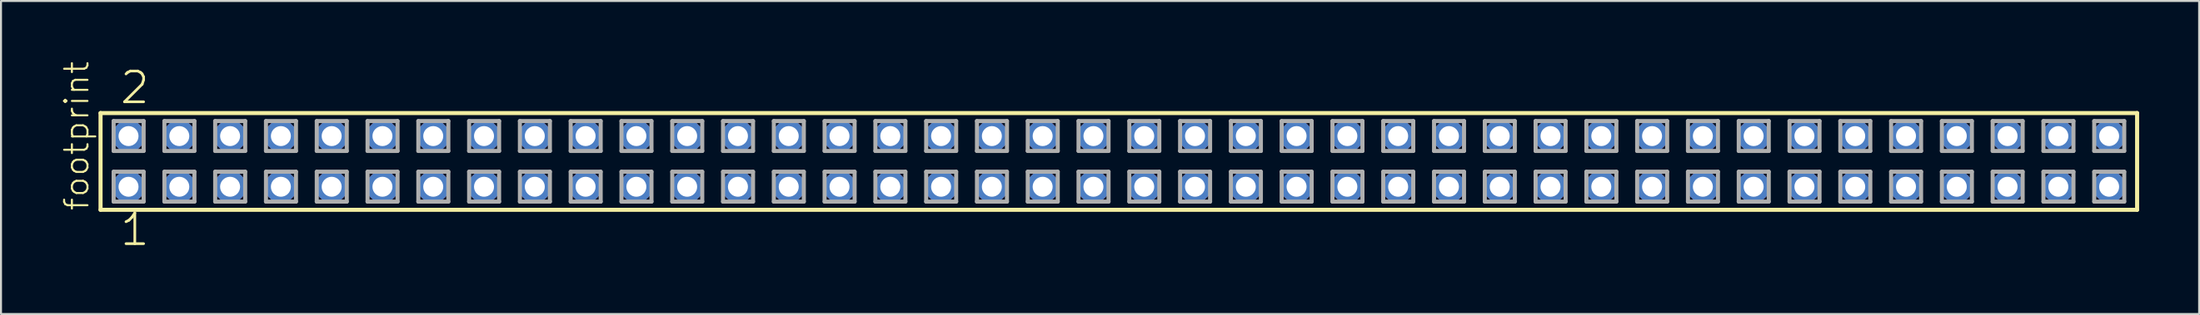
<source format=kicad_pcb>
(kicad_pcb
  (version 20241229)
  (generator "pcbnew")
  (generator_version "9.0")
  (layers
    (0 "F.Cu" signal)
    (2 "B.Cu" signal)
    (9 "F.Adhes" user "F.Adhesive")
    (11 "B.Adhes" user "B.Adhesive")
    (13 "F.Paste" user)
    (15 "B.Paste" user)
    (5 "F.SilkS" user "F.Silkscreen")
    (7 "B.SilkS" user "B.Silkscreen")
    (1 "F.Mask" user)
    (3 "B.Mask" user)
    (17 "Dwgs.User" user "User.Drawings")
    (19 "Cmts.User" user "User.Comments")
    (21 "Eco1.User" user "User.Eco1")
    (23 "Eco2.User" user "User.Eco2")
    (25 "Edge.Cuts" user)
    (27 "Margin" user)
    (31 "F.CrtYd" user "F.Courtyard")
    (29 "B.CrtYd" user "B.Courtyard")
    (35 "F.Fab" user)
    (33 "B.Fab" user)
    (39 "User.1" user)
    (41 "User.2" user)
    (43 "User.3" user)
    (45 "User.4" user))
  (footprint "footprint"
    (layer "F.Cu")
    (at 52.908 5.042)
    (property "Reference" "footprint" (at -51.435 2.54 90) (layer "F.SilkS") (effects (font (size 1.168 1.168) (thickness 0.102)) (justify left bottom)))
    (fp_line (start -50.929 -2.425) (end 50.929 -2.425) (stroke (width 0.203) (type solid)) (layer "F.SilkS"))
    (fp_line (start -50.929 2.425) (end -50.929 -2.425) (stroke (width 0.203) (type solid)) (layer "F.SilkS"))
    (fp_line (start 50.929 -2.425) (end 50.929 2.425) (stroke (width 0.203) (type solid)) (layer "F.SilkS"))
    (fp_line (start 50.929 2.425) (end -50.929 2.425) (stroke (width 0.203) (type solid)) (layer "F.SilkS"))
    (fp_line (start -50.275 -2.025) (end -48.775 -2.025) (stroke (width 0.203) (type solid)) (layer "F.Fab"))
    (fp_line (start -50.275 -0.525) (end -50.275 -2.025) (stroke (width 0.203) (type solid)) (layer "F.Fab"))
    (fp_line (start -50.275 0.515) (end -48.775 0.515) (stroke (width 0.203) (type solid)) (layer "F.Fab"))
    (fp_line (start -50.275 2.015) (end -50.275 0.515) (stroke (width 0.203) (type solid)) (layer "F.Fab"))
    (fp_line (start -48.775 -2.025) (end -48.775 -0.525) (stroke (width 0.203) (type solid)) (layer "F.Fab"))
    (fp_line (start -48.775 -0.525) (end -50.275 -0.525) (stroke (width 0.203) (type solid)) (layer "F.Fab"))
    (fp_line (start -48.775 0.515) (end -48.775 2.015) (stroke (width 0.203) (type solid)) (layer "F.Fab"))
    (fp_line (start -48.775 2.015) (end -50.275 2.015) (stroke (width 0.203) (type solid)) (layer "F.Fab"))
    (fp_line (start -47.735 -2.025) (end -46.235 -2.025) (stroke (width 0.203) (type solid)) (layer "F.Fab"))
    (fp_line (start -47.735 -0.525) (end -47.735 -2.025) (stroke (width 0.203) (type solid)) (layer "F.Fab"))
    (fp_line (start -47.735 0.515) (end -46.235 0.515) (stroke (width 0.203) (type solid)) (layer "F.Fab"))
    (fp_line (start -47.735 2.015) (end -47.735 0.515) (stroke (width 0.203) (type solid)) (layer "F.Fab"))
    (fp_line (start -46.235 -2.025) (end -46.235 -0.525) (stroke (width 0.203) (type solid)) (layer "F.Fab"))
    (fp_line (start -46.235 -0.525) (end -47.735 -0.525) (stroke (width 0.203) (type solid)) (layer "F.Fab"))
    (fp_line (start -46.235 0.515) (end -46.235 2.015) (stroke (width 0.203) (type solid)) (layer "F.Fab"))
    (fp_line (start -46.235 2.015) (end -47.735 2.015) (stroke (width 0.203) (type solid)) (layer "F.Fab"))
    (fp_line (start -45.195 -2.025) (end -43.695 -2.025) (stroke (width 0.203) (type solid)) (layer "F.Fab"))
    (fp_line (start -45.195 -0.525) (end -45.195 -2.025) (stroke (width 0.203) (type solid)) (layer "F.Fab"))
    (fp_line (start -45.195 0.515) (end -43.695 0.515) (stroke (width 0.203) (type solid)) (layer "F.Fab"))
    (fp_line (start -45.195 2.015) (end -45.195 0.515) (stroke (width 0.203) (type solid)) (layer "F.Fab"))
    (fp_line (start -43.695 -2.025) (end -43.695 -0.525) (stroke (width 0.203) (type solid)) (layer "F.Fab"))
    (fp_line (start -43.695 -0.525) (end -45.195 -0.525) (stroke (width 0.203) (type solid)) (layer "F.Fab"))
    (fp_line (start -43.695 0.515) (end -43.695 2.015) (stroke (width 0.203) (type solid)) (layer "F.Fab"))
    (fp_line (start -43.695 2.015) (end -45.195 2.015) (stroke (width 0.203) (type solid)) (layer "F.Fab"))
    (fp_line (start -42.655 -2.025) (end -41.155 -2.025) (stroke (width 0.203) (type solid)) (layer "F.Fab"))
    (fp_line (start -42.655 -0.525) (end -42.655 -2.025) (stroke (width 0.203) (type solid)) (layer "F.Fab"))
    (fp_line (start -42.655 0.515) (end -41.155 0.515) (stroke (width 0.203) (type solid)) (layer "F.Fab"))
    (fp_line (start -42.655 2.015) (end -42.655 0.515) (stroke (width 0.203) (type solid)) (layer "F.Fab"))
    (fp_line (start -41.155 -2.025) (end -41.155 -0.525) (stroke (width 0.203) (type solid)) (layer "F.Fab"))
    (fp_line (start -41.155 -0.525) (end -42.655 -0.525) (stroke (width 0.203) (type solid)) (layer "F.Fab"))
    (fp_line (start -41.155 0.515) (end -41.155 2.015) (stroke (width 0.203) (type solid)) (layer "F.Fab"))
    (fp_line (start -41.155 2.015) (end -42.655 2.015) (stroke (width 0.203) (type solid)) (layer "F.Fab"))
    (fp_line (start -40.115 -2.025) (end -38.615 -2.025) (stroke (width 0.203) (type solid)) (layer "F.Fab"))
    (fp_line (start -40.115 -0.525) (end -40.115 -2.025) (stroke (width 0.203) (type solid)) (layer "F.Fab"))
    (fp_line (start -40.115 0.515) (end -38.615 0.515) (stroke (width 0.203) (type solid)) (layer "F.Fab"))
    (fp_line (start -40.115 2.015) (end -40.115 0.515) (stroke (width 0.203) (type solid)) (layer "F.Fab"))
    (fp_line (start -38.615 -2.025) (end -38.615 -0.525) (stroke (width 0.203) (type solid)) (layer "F.Fab"))
    (fp_line (start -38.615 -0.525) (end -40.115 -0.525) (stroke (width 0.203) (type solid)) (layer "F.Fab"))
    (fp_line (start -38.615 0.515) (end -38.615 2.015) (stroke (width 0.203) (type solid)) (layer "F.Fab"))
    (fp_line (start -38.615 2.015) (end -40.115 2.015) (stroke (width 0.203) (type solid)) (layer "F.Fab"))
    (fp_line (start -37.575 -2.025) (end -36.075 -2.025) (stroke (width 0.203) (type solid)) (layer "F.Fab"))
    (fp_line (start -37.575 -0.525) (end -37.575 -2.025) (stroke (width 0.203) (type solid)) (layer "F.Fab"))
    (fp_line (start -37.575 0.515) (end -36.075 0.515) (stroke (width 0.203) (type solid)) (layer "F.Fab"))
    (fp_line (start -37.575 2.015) (end -37.575 0.515) (stroke (width 0.203) (type solid)) (layer "F.Fab"))
    (fp_line (start -36.075 -2.025) (end -36.075 -0.525) (stroke (width 0.203) (type solid)) (layer "F.Fab"))
    (fp_line (start -36.075 -0.525) (end -37.575 -0.525) (stroke (width 0.203) (type solid)) (layer "F.Fab"))
    (fp_line (start -36.075 0.515) (end -36.075 2.015) (stroke (width 0.203) (type solid)) (layer "F.Fab"))
    (fp_line (start -36.075 2.015) (end -37.575 2.015) (stroke (width 0.203) (type solid)) (layer "F.Fab"))
    (fp_line (start -35.035 -2.025) (end -33.535 -2.025) (stroke (width 0.203) (type solid)) (layer "F.Fab"))
    (fp_line (start -35.035 -0.525) (end -35.035 -2.025) (stroke (width 0.203) (type solid)) (layer "F.Fab"))
    (fp_line (start -35.035 0.515) (end -33.535 0.515) (stroke (width 0.203) (type solid)) (layer "F.Fab"))
    (fp_line (start -35.035 2.015) (end -35.035 0.515) (stroke (width 0.203) (type solid)) (layer "F.Fab"))
    (fp_line (start -33.535 -2.025) (end -33.535 -0.525) (stroke (width 0.203) (type solid)) (layer "F.Fab"))
    (fp_line (start -33.535 -0.525) (end -35.035 -0.525) (stroke (width 0.203) (type solid)) (layer "F.Fab"))
    (fp_line (start -33.535 0.515) (end -33.535 2.015) (stroke (width 0.203) (type solid)) (layer "F.Fab"))
    (fp_line (start -33.535 2.015) (end -35.035 2.015) (stroke (width 0.203) (type solid)) (layer "F.Fab"))
    (fp_line (start -32.495 -2.025) (end -30.995 -2.025) (stroke (width 0.203) (type solid)) (layer "F.Fab"))
    (fp_line (start -32.495 -0.525) (end -32.495 -2.025) (stroke (width 0.203) (type solid)) (layer "F.Fab"))
    (fp_line (start -32.495 0.515) (end -30.995 0.515) (stroke (width 0.203) (type solid)) (layer "F.Fab"))
    (fp_line (start -32.495 2.015) (end -32.495 0.515) (stroke (width 0.203) (type solid)) (layer "F.Fab"))
    (fp_line (start -30.995 -2.025) (end -30.995 -0.525) (stroke (width 0.203) (type solid)) (layer "F.Fab"))
    (fp_line (start -30.995 -0.525) (end -32.495 -0.525) (stroke (width 0.203) (type solid)) (layer "F.Fab"))
    (fp_line (start -30.995 0.515) (end -30.995 2.015) (stroke (width 0.203) (type solid)) (layer "F.Fab"))
    (fp_line (start -30.995 2.015) (end -32.495 2.015) (stroke (width 0.203) (type solid)) (layer "F.Fab"))
    (fp_line (start -29.955 -2.025) (end -28.455 -2.025) (stroke (width 0.203) (type solid)) (layer "F.Fab"))
    (fp_line (start -29.955 -0.525) (end -29.955 -2.025) (stroke (width 0.203) (type solid)) (layer "F.Fab"))
    (fp_line (start -29.955 0.515) (end -28.455 0.515) (stroke (width 0.203) (type solid)) (layer "F.Fab"))
    (fp_line (start -29.955 2.015) (end -29.955 0.515) (stroke (width 0.203) (type solid)) (layer "F.Fab"))
    (fp_line (start -28.455 -2.025) (end -28.455 -0.525) (stroke (width 0.203) (type solid)) (layer "F.Fab"))
    (fp_line (start -28.455 -0.525) (end -29.955 -0.525) (stroke (width 0.203) (type solid)) (layer "F.Fab"))
    (fp_line (start -28.455 0.515) (end -28.455 2.015) (stroke (width 0.203) (type solid)) (layer "F.Fab"))
    (fp_line (start -28.455 2.015) (end -29.955 2.015) (stroke (width 0.203) (type solid)) (layer "F.Fab"))
    (fp_line (start -27.415 -2.025) (end -25.915 -2.025) (stroke (width 0.203) (type solid)) (layer "F.Fab"))
    (fp_line (start -27.415 -0.525) (end -27.415 -2.025) (stroke (width 0.203) (type solid)) (layer "F.Fab"))
    (fp_line (start -27.415 0.515) (end -25.915 0.515) (stroke (width 0.203) (type solid)) (layer "F.Fab"))
    (fp_line (start -27.415 2.015) (end -27.415 0.515) (stroke (width 0.203) (type solid)) (layer "F.Fab"))
    (fp_line (start -25.915 -2.025) (end -25.915 -0.525) (stroke (width 0.203) (type solid)) (layer "F.Fab"))
    (fp_line (start -25.915 -0.525) (end -27.415 -0.525) (stroke (width 0.203) (type solid)) (layer "F.Fab"))
    (fp_line (start -25.915 0.515) (end -25.915 2.015) (stroke (width 0.203) (type solid)) (layer "F.Fab"))
    (fp_line (start -25.915 2.015) (end -27.415 2.015) (stroke (width 0.203) (type solid)) (layer "F.Fab"))
    (fp_line (start -24.875 -2.025) (end -23.375 -2.025) (stroke (width 0.203) (type solid)) (layer "F.Fab"))
    (fp_line (start -24.875 -0.525) (end -24.875 -2.025) (stroke (width 0.203) (type solid)) (layer "F.Fab"))
    (fp_line (start -24.875 0.515) (end -23.375 0.515) (stroke (width 0.203) (type solid)) (layer "F.Fab"))
    (fp_line (start -24.875 2.015) (end -24.875 0.515) (stroke (width 0.203) (type solid)) (layer "F.Fab"))
    (fp_line (start -23.375 -2.025) (end -23.375 -0.525) (stroke (width 0.203) (type solid)) (layer "F.Fab"))
    (fp_line (start -23.375 -0.525) (end -24.875 -0.525) (stroke (width 0.203) (type solid)) (layer "F.Fab"))
    (fp_line (start -23.375 0.515) (end -23.375 2.015) (stroke (width 0.203) (type solid)) (layer "F.Fab"))
    (fp_line (start -23.375 2.015) (end -24.875 2.015) (stroke (width 0.203) (type solid)) (layer "F.Fab"))
    (fp_line (start -22.335 -2.025) (end -20.835 -2.025) (stroke (width 0.203) (type solid)) (layer "F.Fab"))
    (fp_line (start -22.335 -0.525) (end -22.335 -2.025) (stroke (width 0.203) (type solid)) (layer "F.Fab"))
    (fp_line (start -22.335 0.515) (end -20.835 0.515) (stroke (width 0.203) (type solid)) (layer "F.Fab"))
    (fp_line (start -22.335 2.015) (end -22.335 0.515) (stroke (width 0.203) (type solid)) (layer "F.Fab"))
    (fp_line (start -20.835 -2.025) (end -20.835 -0.525) (stroke (width 0.203) (type solid)) (layer "F.Fab"))
    (fp_line (start -20.835 -0.525) (end -22.335 -0.525) (stroke (width 0.203) (type solid)) (layer "F.Fab"))
    (fp_line (start -20.835 0.515) (end -20.835 2.015) (stroke (width 0.203) (type solid)) (layer "F.Fab"))
    (fp_line (start -20.835 2.015) (end -22.335 2.015) (stroke (width 0.203) (type solid)) (layer "F.Fab"))
    (fp_line (start -19.795 -2.025) (end -18.295 -2.025) (stroke (width 0.203) (type solid)) (layer "F.Fab"))
    (fp_line (start -19.795 -0.525) (end -19.795 -2.025) (stroke (width 0.203) (type solid)) (layer "F.Fab"))
    (fp_line (start -19.795 0.515) (end -18.295 0.515) (stroke (width 0.203) (type solid)) (layer "F.Fab"))
    (fp_line (start -19.795 2.015) (end -19.795 0.515) (stroke (width 0.203) (type solid)) (layer "F.Fab"))
    (fp_line (start -18.295 -2.025) (end -18.295 -0.525) (stroke (width 0.203) (type solid)) (layer "F.Fab"))
    (fp_line (start -18.295 -0.525) (end -19.795 -0.525) (stroke (width 0.203) (type solid)) (layer "F.Fab"))
    (fp_line (start -18.295 0.515) (end -18.295 2.015) (stroke (width 0.203) (type solid)) (layer "F.Fab"))
    (fp_line (start -18.295 2.015) (end -19.795 2.015) (stroke (width 0.203) (type solid)) (layer "F.Fab"))
    (fp_line (start -17.255 -2.025) (end -15.755 -2.025) (stroke (width 0.203) (type solid)) (layer "F.Fab"))
    (fp_line (start -17.255 -0.525) (end -17.255 -2.025) (stroke (width 0.203) (type solid)) (layer "F.Fab"))
    (fp_line (start -17.255 0.515) (end -15.755 0.515) (stroke (width 0.203) (type solid)) (layer "F.Fab"))
    (fp_line (start -17.255 2.015) (end -17.255 0.515) (stroke (width 0.203) (type solid)) (layer "F.Fab"))
    (fp_line (start -15.755 -2.025) (end -15.755 -0.525) (stroke (width 0.203) (type solid)) (layer "F.Fab"))
    (fp_line (start -15.755 -0.525) (end -17.255 -0.525) (stroke (width 0.203) (type solid)) (layer "F.Fab"))
    (fp_line (start -15.755 0.515) (end -15.755 2.015) (stroke (width 0.203) (type solid)) (layer "F.Fab"))
    (fp_line (start -15.755 2.015) (end -17.255 2.015) (stroke (width 0.203) (type solid)) (layer "F.Fab"))
    (fp_line (start -14.715 -2.025) (end -13.215 -2.025) (stroke (width 0.203) (type solid)) (layer "F.Fab"))
    (fp_line (start -14.715 -0.525) (end -14.715 -2.025) (stroke (width 0.203) (type solid)) (layer "F.Fab"))
    (fp_line (start -14.715 0.515) (end -13.215 0.515) (stroke (width 0.203) (type solid)) (layer "F.Fab"))
    (fp_line (start -14.715 2.015) (end -14.715 0.515) (stroke (width 0.203) (type solid)) (layer "F.Fab"))
    (fp_line (start -13.215 -2.025) (end -13.215 -0.525) (stroke (width 0.203) (type solid)) (layer "F.Fab"))
    (fp_line (start -13.215 -0.525) (end -14.715 -0.525) (stroke (width 0.203) (type solid)) (layer "F.Fab"))
    (fp_line (start -13.215 0.515) (end -13.215 2.015) (stroke (width 0.203) (type solid)) (layer "F.Fab"))
    (fp_line (start -13.215 2.015) (end -14.715 2.015) (stroke (width 0.203) (type solid)) (layer "F.Fab"))
    (fp_line (start -12.175 -2.025) (end -10.675 -2.025) (stroke (width 0.203) (type solid)) (layer "F.Fab"))
    (fp_line (start -12.175 -0.525) (end -12.175 -2.025) (stroke (width 0.203) (type solid)) (layer "F.Fab"))
    (fp_line (start -12.175 0.515) (end -10.675 0.515) (stroke (width 0.203) (type solid)) (layer "F.Fab"))
    (fp_line (start -12.175 2.015) (end -12.175 0.515) (stroke (width 0.203) (type solid)) (layer "F.Fab"))
    (fp_line (start -10.675 -2.025) (end -10.675 -0.525) (stroke (width 0.203) (type solid)) (layer "F.Fab"))
    (fp_line (start -10.675 -0.525) (end -12.175 -0.525) (stroke (width 0.203) (type solid)) (layer "F.Fab"))
    (fp_line (start -10.675 0.515) (end -10.675 2.015) (stroke (width 0.203) (type solid)) (layer "F.Fab"))
    (fp_line (start -10.675 2.015) (end -12.175 2.015) (stroke (width 0.203) (type solid)) (layer "F.Fab"))
    (fp_line (start -9.635 -2.025) (end -8.135 -2.025) (stroke (width 0.203) (type solid)) (layer "F.Fab"))
    (fp_line (start -9.635 -0.525) (end -9.635 -2.025) (stroke (width 0.203) (type solid)) (layer "F.Fab"))
    (fp_line (start -9.635 0.515) (end -8.135 0.515) (stroke (width 0.203) (type solid)) (layer "F.Fab"))
    (fp_line (start -9.635 2.015) (end -9.635 0.515) (stroke (width 0.203) (type solid)) (layer "F.Fab"))
    (fp_line (start -8.135 -2.025) (end -8.135 -0.525) (stroke (width 0.203) (type solid)) (layer "F.Fab"))
    (fp_line (start -8.135 -0.525) (end -9.635 -0.525) (stroke (width 0.203) (type solid)) (layer "F.Fab"))
    (fp_line (start -8.135 0.515) (end -8.135 2.015) (stroke (width 0.203) (type solid)) (layer "F.Fab"))
    (fp_line (start -8.135 2.015) (end -9.635 2.015) (stroke (width 0.203) (type solid)) (layer "F.Fab"))
    (fp_line (start -7.095 -2.025) (end -5.595 -2.025) (stroke (width 0.203) (type solid)) (layer "F.Fab"))
    (fp_line (start -7.095 -0.525) (end -7.095 -2.025) (stroke (width 0.203) (type solid)) (layer "F.Fab"))
    (fp_line (start -7.095 0.515) (end -5.595 0.515) (stroke (width 0.203) (type solid)) (layer "F.Fab"))
    (fp_line (start -7.095 2.015) (end -7.095 0.515) (stroke (width 0.203) (type solid)) (layer "F.Fab"))
    (fp_line (start -5.595 -2.025) (end -5.595 -0.525) (stroke (width 0.203) (type solid)) (layer "F.Fab"))
    (fp_line (start -5.595 -0.525) (end -7.095 -0.525) (stroke (width 0.203) (type solid)) (layer "F.Fab"))
    (fp_line (start -5.595 0.515) (end -5.595 2.015) (stroke (width 0.203) (type solid)) (layer "F.Fab"))
    (fp_line (start -5.595 2.015) (end -7.095 2.015) (stroke (width 0.203) (type solid)) (layer "F.Fab"))
    (fp_line (start -4.555 -2.025) (end -3.055 -2.025) (stroke (width 0.203) (type solid)) (layer "F.Fab"))
    (fp_line (start -4.555 -0.525) (end -4.555 -2.025) (stroke (width 0.203) (type solid)) (layer "F.Fab"))
    (fp_line (start -4.555 0.515) (end -3.055 0.515) (stroke (width 0.203) (type solid)) (layer "F.Fab"))
    (fp_line (start -4.555 2.015) (end -4.555 0.515) (stroke (width 0.203) (type solid)) (layer "F.Fab"))
    (fp_line (start -3.055 -2.025) (end -3.055 -0.525) (stroke (width 0.203) (type solid)) (layer "F.Fab"))
    (fp_line (start -3.055 -0.525) (end -4.555 -0.525) (stroke (width 0.203) (type solid)) (layer "F.Fab"))
    (fp_line (start -3.055 0.515) (end -3.055 2.015) (stroke (width 0.203) (type solid)) (layer "F.Fab"))
    (fp_line (start -3.055 2.015) (end -4.555 2.015) (stroke (width 0.203) (type solid)) (layer "F.Fab"))
    (fp_line (start -2.015 -2.025) (end -0.515 -2.025) (stroke (width 0.203) (type solid)) (layer "F.Fab"))
    (fp_line (start -2.015 -0.525) (end -2.015 -2.025) (stroke (width 0.203) (type solid)) (layer "F.Fab"))
    (fp_line (start -2.015 0.515) (end -0.515 0.515) (stroke (width 0.203) (type solid)) (layer "F.Fab"))
    (fp_line (start -2.015 2.015) (end -2.015 0.515) (stroke (width 0.203) (type solid)) (layer "F.Fab"))
    (fp_line (start -0.515 -2.025) (end -0.515 -0.525) (stroke (width 0.203) (type solid)) (layer "F.Fab"))
    (fp_line (start -0.515 -0.525) (end -2.015 -0.525) (stroke (width 0.203) (type solid)) (layer "F.Fab"))
    (fp_line (start -0.515 0.515) (end -0.515 2.015) (stroke (width 0.203) (type solid)) (layer "F.Fab"))
    (fp_line (start -0.515 2.015) (end -2.015 2.015) (stroke (width 0.203) (type solid)) (layer "F.Fab"))
    (fp_line (start 0.525 -2.025) (end 2.025 -2.025) (stroke (width 0.203) (type solid)) (layer "F.Fab"))
    (fp_line (start 0.525 -0.525) (end 0.525 -2.025) (stroke (width 0.203) (type solid)) (layer "F.Fab"))
    (fp_line (start 0.525 0.515) (end 2.025 0.515) (stroke (width 0.203) (type solid)) (layer "F.Fab"))
    (fp_line (start 0.525 2.015) (end 0.525 0.515) (stroke (width 0.203) (type solid)) (layer "F.Fab"))
    (fp_line (start 2.025 -2.025) (end 2.025 -0.525) (stroke (width 0.203) (type solid)) (layer "F.Fab"))
    (fp_line (start 2.025 -0.525) (end 0.525 -0.525) (stroke (width 0.203) (type solid)) (layer "F.Fab"))
    (fp_line (start 2.025 0.515) (end 2.025 2.015) (stroke (width 0.203) (type solid)) (layer "F.Fab"))
    (fp_line (start 2.025 2.015) (end 0.525 2.015) (stroke (width 0.203) (type solid)) (layer "F.Fab"))
    (fp_line (start 3.065 -2.025) (end 4.565 -2.025) (stroke (width 0.203) (type solid)) (layer "F.Fab"))
    (fp_line (start 3.065 -0.525) (end 3.065 -2.025) (stroke (width 0.203) (type solid)) (layer "F.Fab"))
    (fp_line (start 3.065 0.515) (end 4.565 0.515) (stroke (width 0.203) (type solid)) (layer "F.Fab"))
    (fp_line (start 3.065 2.015) (end 3.065 0.515) (stroke (width 0.203) (type solid)) (layer "F.Fab"))
    (fp_line (start 4.565 -2.025) (end 4.565 -0.525) (stroke (width 0.203) (type solid)) (layer "F.Fab"))
    (fp_line (start 4.565 -0.525) (end 3.065 -0.525) (stroke (width 0.203) (type solid)) (layer "F.Fab"))
    (fp_line (start 4.565 0.515) (end 4.565 2.015) (stroke (width 0.203) (type solid)) (layer "F.Fab"))
    (fp_line (start 4.565 2.015) (end 3.065 2.015) (stroke (width 0.203) (type solid)) (layer "F.Fab"))
    (fp_line (start 5.605 -2.025) (end 7.105 -2.025) (stroke (width 0.203) (type solid)) (layer "F.Fab"))
    (fp_line (start 5.605 -0.525) (end 5.605 -2.025) (stroke (width 0.203) (type solid)) (layer "F.Fab"))
    (fp_line (start 5.605 0.515) (end 7.105 0.515) (stroke (width 0.203) (type solid)) (layer "F.Fab"))
    (fp_line (start 5.605 2.015) (end 5.605 0.515) (stroke (width 0.203) (type solid)) (layer "F.Fab"))
    (fp_line (start 7.105 -2.025) (end 7.105 -0.525) (stroke (width 0.203) (type solid)) (layer "F.Fab"))
    (fp_line (start 7.105 -0.525) (end 5.605 -0.525) (stroke (width 0.203) (type solid)) (layer "F.Fab"))
    (fp_line (start 7.105 0.515) (end 7.105 2.015) (stroke (width 0.203) (type solid)) (layer "F.Fab"))
    (fp_line (start 7.105 2.015) (end 5.605 2.015) (stroke (width 0.203) (type solid)) (layer "F.Fab"))
    (fp_line (start 8.145 -2.025) (end 9.645 -2.025) (stroke (width 0.203) (type solid)) (layer "F.Fab"))
    (fp_line (start 8.145 -0.525) (end 8.145 -2.025) (stroke (width 0.203) (type solid)) (layer "F.Fab"))
    (fp_line (start 8.145 0.515) (end 9.645 0.515) (stroke (width 0.203) (type solid)) (layer "F.Fab"))
    (fp_line (start 8.145 2.015) (end 8.145 0.515) (stroke (width 0.203) (type solid)) (layer "F.Fab"))
    (fp_line (start 9.645 -2.025) (end 9.645 -0.525) (stroke (width 0.203) (type solid)) (layer "F.Fab"))
    (fp_line (start 9.645 -0.525) (end 8.145 -0.525) (stroke (width 0.203) (type solid)) (layer "F.Fab"))
    (fp_line (start 9.645 0.515) (end 9.645 2.015) (stroke (width 0.203) (type solid)) (layer "F.Fab"))
    (fp_line (start 9.645 2.015) (end 8.145 2.015) (stroke (width 0.203) (type solid)) (layer "F.Fab"))
    (fp_line (start 10.685 -2.025) (end 12.185 -2.025) (stroke (width 0.203) (type solid)) (layer "F.Fab"))
    (fp_line (start 10.685 -0.525) (end 10.685 -2.025) (stroke (width 0.203) (type solid)) (layer "F.Fab"))
    (fp_line (start 10.685 0.515) (end 12.185 0.515) (stroke (width 0.203) (type solid)) (layer "F.Fab"))
    (fp_line (start 10.685 2.015) (end 10.685 0.515) (stroke (width 0.203) (type solid)) (layer "F.Fab"))
    (fp_line (start 12.185 -2.025) (end 12.185 -0.525) (stroke (width 0.203) (type solid)) (layer "F.Fab"))
    (fp_line (start 12.185 -0.525) (end 10.685 -0.525) (stroke (width 0.203) (type solid)) (layer "F.Fab"))
    (fp_line (start 12.185 0.515) (end 12.185 2.015) (stroke (width 0.203) (type solid)) (layer "F.Fab"))
    (fp_line (start 12.185 2.015) (end 10.685 2.015) (stroke (width 0.203) (type solid)) (layer "F.Fab"))
    (fp_line (start 13.225 -2.025) (end 14.725 -2.025) (stroke (width 0.203) (type solid)) (layer "F.Fab"))
    (fp_line (start 13.225 -0.525) (end 13.225 -2.025) (stroke (width 0.203) (type solid)) (layer "F.Fab"))
    (fp_line (start 13.225 0.515) (end 14.725 0.515) (stroke (width 0.203) (type solid)) (layer "F.Fab"))
    (fp_line (start 13.225 2.015) (end 13.225 0.515) (stroke (width 0.203) (type solid)) (layer "F.Fab"))
    (fp_line (start 14.725 -2.025) (end 14.725 -0.525) (stroke (width 0.203) (type solid)) (layer "F.Fab"))
    (fp_line (start 14.725 -0.525) (end 13.225 -0.525) (stroke (width 0.203) (type solid)) (layer "F.Fab"))
    (fp_line (start 14.725 0.515) (end 14.725 2.015) (stroke (width 0.203) (type solid)) (layer "F.Fab"))
    (fp_line (start 14.725 2.015) (end 13.225 2.015) (stroke (width 0.203) (type solid)) (layer "F.Fab"))
    (fp_line (start 15.765 -2.025) (end 17.265 -2.025) (stroke (width 0.203) (type solid)) (layer "F.Fab"))
    (fp_line (start 15.765 -0.525) (end 15.765 -2.025) (stroke (width 0.203) (type solid)) (layer "F.Fab"))
    (fp_line (start 15.765 0.515) (end 17.265 0.515) (stroke (width 0.203) (type solid)) (layer "F.Fab"))
    (fp_line (start 15.765 2.015) (end 15.765 0.515) (stroke (width 0.203) (type solid)) (layer "F.Fab"))
    (fp_line (start 17.265 -2.025) (end 17.265 -0.525) (stroke (width 0.203) (type solid)) (layer "F.Fab"))
    (fp_line (start 17.265 -0.525) (end 15.765 -0.525) (stroke (width 0.203) (type solid)) (layer "F.Fab"))
    (fp_line (start 17.265 0.515) (end 17.265 2.015) (stroke (width 0.203) (type solid)) (layer "F.Fab"))
    (fp_line (start 17.265 2.015) (end 15.765 2.015) (stroke (width 0.203) (type solid)) (layer "F.Fab"))
    (fp_line (start 18.305 -2.025) (end 19.805 -2.025) (stroke (width 0.203) (type solid)) (layer "F.Fab"))
    (fp_line (start 18.305 -0.525) (end 18.305 -2.025) (stroke (width 0.203) (type solid)) (layer "F.Fab"))
    (fp_line (start 18.305 0.515) (end 19.805 0.515) (stroke (width 0.203) (type solid)) (layer "F.Fab"))
    (fp_line (start 18.305 2.015) (end 18.305 0.515) (stroke (width 0.203) (type solid)) (layer "F.Fab"))
    (fp_line (start 19.805 -2.025) (end 19.805 -0.525) (stroke (width 0.203) (type solid)) (layer "F.Fab"))
    (fp_line (start 19.805 -0.525) (end 18.305 -0.525) (stroke (width 0.203) (type solid)) (layer "F.Fab"))
    (fp_line (start 19.805 0.515) (end 19.805 2.015) (stroke (width 0.203) (type solid)) (layer "F.Fab"))
    (fp_line (start 19.805 2.015) (end 18.305 2.015) (stroke (width 0.203) (type solid)) (layer "F.Fab"))
    (fp_line (start 20.845 -2.025) (end 22.345 -2.025) (stroke (width 0.203) (type solid)) (layer "F.Fab"))
    (fp_line (start 20.845 -0.525) (end 20.845 -2.025) (stroke (width 0.203) (type solid)) (layer "F.Fab"))
    (fp_line (start 20.845 0.515) (end 22.345 0.515) (stroke (width 0.203) (type solid)) (layer "F.Fab"))
    (fp_line (start 20.845 2.015) (end 20.845 0.515) (stroke (width 0.203) (type solid)) (layer "F.Fab"))
    (fp_line (start 22.345 -2.025) (end 22.345 -0.525) (stroke (width 0.203) (type solid)) (layer "F.Fab"))
    (fp_line (start 22.345 -0.525) (end 20.845 -0.525) (stroke (width 0.203) (type solid)) (layer "F.Fab"))
    (fp_line (start 22.345 0.515) (end 22.345 2.015) (stroke (width 0.203) (type solid)) (layer "F.Fab"))
    (fp_line (start 22.345 2.015) (end 20.845 2.015) (stroke (width 0.203) (type solid)) (layer "F.Fab"))
    (fp_line (start 23.385 -2.025) (end 24.885 -2.025) (stroke (width 0.203) (type solid)) (layer "F.Fab"))
    (fp_line (start 23.385 -0.525) (end 23.385 -2.025) (stroke (width 0.203) (type solid)) (layer "F.Fab"))
    (fp_line (start 23.385 0.515) (end 24.885 0.515) (stroke (width 0.203) (type solid)) (layer "F.Fab"))
    (fp_line (start 23.385 2.015) (end 23.385 0.515) (stroke (width 0.203) (type solid)) (layer "F.Fab"))
    (fp_line (start 24.885 -2.025) (end 24.885 -0.525) (stroke (width 0.203) (type solid)) (layer "F.Fab"))
    (fp_line (start 24.885 -0.525) (end 23.385 -0.525) (stroke (width 0.203) (type solid)) (layer "F.Fab"))
    (fp_line (start 24.885 0.515) (end 24.885 2.015) (stroke (width 0.203) (type solid)) (layer "F.Fab"))
    (fp_line (start 24.885 2.015) (end 23.385 2.015) (stroke (width 0.203) (type solid)) (layer "F.Fab"))
    (fp_line (start 25.925 -2.025) (end 27.425 -2.025) (stroke (width 0.203) (type solid)) (layer "F.Fab"))
    (fp_line (start 25.925 -0.525) (end 25.925 -2.025) (stroke (width 0.203) (type solid)) (layer "F.Fab"))
    (fp_line (start 25.925 0.515) (end 27.425 0.515) (stroke (width 0.203) (type solid)) (layer "F.Fab"))
    (fp_line (start 25.925 2.015) (end 25.925 0.515) (stroke (width 0.203) (type solid)) (layer "F.Fab"))
    (fp_line (start 27.425 -2.025) (end 27.425 -0.525) (stroke (width 0.203) (type solid)) (layer "F.Fab"))
    (fp_line (start 27.425 -0.525) (end 25.925 -0.525) (stroke (width 0.203) (type solid)) (layer "F.Fab"))
    (fp_line (start 27.425 0.515) (end 27.425 2.015) (stroke (width 0.203) (type solid)) (layer "F.Fab"))
    (fp_line (start 27.425 2.015) (end 25.925 2.015) (stroke (width 0.203) (type solid)) (layer "F.Fab"))
    (fp_line (start 28.465 -2.025) (end 29.965 -2.025) (stroke (width 0.203) (type solid)) (layer "F.Fab"))
    (fp_line (start 28.465 -0.525) (end 28.465 -2.025) (stroke (width 0.203) (type solid)) (layer "F.Fab"))
    (fp_line (start 28.465 0.515) (end 29.965 0.515) (stroke (width 0.203) (type solid)) (layer "F.Fab"))
    (fp_line (start 28.465 2.015) (end 28.465 0.515) (stroke (width 0.203) (type solid)) (layer "F.Fab"))
    (fp_line (start 29.965 -2.025) (end 29.965 -0.525) (stroke (width 0.203) (type solid)) (layer "F.Fab"))
    (fp_line (start 29.965 -0.525) (end 28.465 -0.525) (stroke (width 0.203) (type solid)) (layer "F.Fab"))
    (fp_line (start 29.965 0.515) (end 29.965 2.015) (stroke (width 0.203) (type solid)) (layer "F.Fab"))
    (fp_line (start 29.965 2.015) (end 28.465 2.015) (stroke (width 0.203) (type solid)) (layer "F.Fab"))
    (fp_line (start 31.005 -2.025) (end 32.505 -2.025) (stroke (width 0.203) (type solid)) (layer "F.Fab"))
    (fp_line (start 31.005 -0.525) (end 31.005 -2.025) (stroke (width 0.203) (type solid)) (layer "F.Fab"))
    (fp_line (start 31.005 0.515) (end 32.505 0.515) (stroke (width 0.203) (type solid)) (layer "F.Fab"))
    (fp_line (start 31.005 2.015) (end 31.005 0.515) (stroke (width 0.203) (type solid)) (layer "F.Fab"))
    (fp_line (start 32.505 -2.025) (end 32.505 -0.525) (stroke (width 0.203) (type solid)) (layer "F.Fab"))
    (fp_line (start 32.505 -0.525) (end 31.005 -0.525) (stroke (width 0.203) (type solid)) (layer "F.Fab"))
    (fp_line (start 32.505 0.515) (end 32.505 2.015) (stroke (width 0.203) (type solid)) (layer "F.Fab"))
    (fp_line (start 32.505 2.015) (end 31.005 2.015) (stroke (width 0.203) (type solid)) (layer "F.Fab"))
    (fp_line (start 33.545 -2.025) (end 35.045 -2.025) (stroke (width 0.203) (type solid)) (layer "F.Fab"))
    (fp_line (start 33.545 -0.525) (end 33.545 -2.025) (stroke (width 0.203) (type solid)) (layer "F.Fab"))
    (fp_line (start 33.545 0.515) (end 35.045 0.515) (stroke (width 0.203) (type solid)) (layer "F.Fab"))
    (fp_line (start 33.545 2.015) (end 33.545 0.515) (stroke (width 0.203) (type solid)) (layer "F.Fab"))
    (fp_line (start 35.045 -2.025) (end 35.045 -0.525) (stroke (width 0.203) (type solid)) (layer "F.Fab"))
    (fp_line (start 35.045 -0.525) (end 33.545 -0.525) (stroke (width 0.203) (type solid)) (layer "F.Fab"))
    (fp_line (start 35.045 0.515) (end 35.045 2.015) (stroke (width 0.203) (type solid)) (layer "F.Fab"))
    (fp_line (start 35.045 2.015) (end 33.545 2.015) (stroke (width 0.203) (type solid)) (layer "F.Fab"))
    (fp_line (start 36.085 -2.025) (end 37.585 -2.025) (stroke (width 0.203) (type solid)) (layer "F.Fab"))
    (fp_line (start 36.085 -0.525) (end 36.085 -2.025) (stroke (width 0.203) (type solid)) (layer "F.Fab"))
    (fp_line (start 36.085 0.515) (end 37.585 0.515) (stroke (width 0.203) (type solid)) (layer "F.Fab"))
    (fp_line (start 36.085 2.015) (end 36.085 0.515) (stroke (width 0.203) (type solid)) (layer "F.Fab"))
    (fp_line (start 37.585 -2.025) (end 37.585 -0.525) (stroke (width 0.203) (type solid)) (layer "F.Fab"))
    (fp_line (start 37.585 -0.525) (end 36.085 -0.525) (stroke (width 0.203) (type solid)) (layer "F.Fab"))
    (fp_line (start 37.585 0.515) (end 37.585 2.015) (stroke (width 0.203) (type solid)) (layer "F.Fab"))
    (fp_line (start 37.585 2.015) (end 36.085 2.015) (stroke (width 0.203) (type solid)) (layer "F.Fab"))
    (fp_line (start 38.625 -2.025) (end 40.125 -2.025) (stroke (width 0.203) (type solid)) (layer "F.Fab"))
    (fp_line (start 38.625 -0.525) (end 38.625 -2.025) (stroke (width 0.203) (type solid)) (layer "F.Fab"))
    (fp_line (start 38.625 0.515) (end 40.125 0.515) (stroke (width 0.203) (type solid)) (layer "F.Fab"))
    (fp_line (start 38.625 2.015) (end 38.625 0.515) (stroke (width 0.203) (type solid)) (layer "F.Fab"))
    (fp_line (start 40.125 -2.025) (end 40.125 -0.525) (stroke (width 0.203) (type solid)) (layer "F.Fab"))
    (fp_line (start 40.125 -0.525) (end 38.625 -0.525) (stroke (width 0.203) (type solid)) (layer "F.Fab"))
    (fp_line (start 40.125 0.515) (end 40.125 2.015) (stroke (width 0.203) (type solid)) (layer "F.Fab"))
    (fp_line (start 40.125 2.015) (end 38.625 2.015) (stroke (width 0.203) (type solid)) (layer "F.Fab"))
    (fp_line (start 41.165 -2.025) (end 42.665 -2.025) (stroke (width 0.203) (type solid)) (layer "F.Fab"))
    (fp_line (start 41.165 -0.525) (end 41.165 -2.025) (stroke (width 0.203) (type solid)) (layer "F.Fab"))
    (fp_line (start 41.165 0.515) (end 42.665 0.515) (stroke (width 0.203) (type solid)) (layer "F.Fab"))
    (fp_line (start 41.165 2.015) (end 41.165 0.515) (stroke (width 0.203) (type solid)) (layer "F.Fab"))
    (fp_line (start 42.665 -2.025) (end 42.665 -0.525) (stroke (width 0.203) (type solid)) (layer "F.Fab"))
    (fp_line (start 42.665 -0.525) (end 41.165 -0.525) (stroke (width 0.203) (type solid)) (layer "F.Fab"))
    (fp_line (start 42.665 0.515) (end 42.665 2.015) (stroke (width 0.203) (type solid)) (layer "F.Fab"))
    (fp_line (start 42.665 2.015) (end 41.165 2.015) (stroke (width 0.203) (type solid)) (layer "F.Fab"))
    (fp_line (start 43.705 -2.025) (end 45.205 -2.025) (stroke (width 0.203) (type solid)) (layer "F.Fab"))
    (fp_line (start 43.705 -0.525) (end 43.705 -2.025) (stroke (width 0.203) (type solid)) (layer "F.Fab"))
    (fp_line (start 43.705 0.515) (end 45.205 0.515) (stroke (width 0.203) (type solid)) (layer "F.Fab"))
    (fp_line (start 43.705 2.015) (end 43.705 0.515) (stroke (width 0.203) (type solid)) (layer "F.Fab"))
    (fp_line (start 45.205 -2.025) (end 45.205 -0.525) (stroke (width 0.203) (type solid)) (layer "F.Fab"))
    (fp_line (start 45.205 -0.525) (end 43.705 -0.525) (stroke (width 0.203) (type solid)) (layer "F.Fab"))
    (fp_line (start 45.205 0.515) (end 45.205 2.015) (stroke (width 0.203) (type solid)) (layer "F.Fab"))
    (fp_line (start 45.205 2.015) (end 43.705 2.015) (stroke (width 0.203) (type solid)) (layer "F.Fab"))
    (fp_line (start 46.245 -2.025) (end 47.745 -2.025) (stroke (width 0.203) (type solid)) (layer "F.Fab"))
    (fp_line (start 46.245 -0.525) (end 46.245 -2.025) (stroke (width 0.203) (type solid)) (layer "F.Fab"))
    (fp_line (start 46.245 0.515) (end 47.745 0.515) (stroke (width 0.203) (type solid)) (layer "F.Fab"))
    (fp_line (start 46.245 2.015) (end 46.245 0.515) (stroke (width 0.203) (type solid)) (layer "F.Fab"))
    (fp_line (start 47.745 -2.025) (end 47.745 -0.525) (stroke (width 0.203) (type solid)) (layer "F.Fab"))
    (fp_line (start 47.745 -0.525) (end 46.245 -0.525) (stroke (width 0.203) (type solid)) (layer "F.Fab"))
    (fp_line (start 47.745 0.515) (end 47.745 2.015) (stroke (width 0.203) (type solid)) (layer "F.Fab"))
    (fp_line (start 47.745 2.015) (end 46.245 2.015) (stroke (width 0.203) (type solid)) (layer "F.Fab"))
    (fp_line (start 48.785 -2.025) (end 50.285 -2.025) (stroke (width 0.203) (type solid)) (layer "F.Fab"))
    (fp_line (start 48.785 -0.525) (end 48.785 -2.025) (stroke (width 0.203) (type solid)) (layer "F.Fab"))
    (fp_line (start 48.785 0.515) (end 50.285 0.515) (stroke (width 0.203) (type solid)) (layer "F.Fab"))
    (fp_line (start 48.785 2.015) (end 48.785 0.515) (stroke (width 0.203) (type solid)) (layer "F.Fab"))
    (fp_line (start 50.285 -2.025) (end 50.285 -0.525) (stroke (width 0.203) (type solid)) (layer "F.Fab"))
    (fp_line (start 50.285 -0.525) (end 48.785 -0.525) (stroke (width 0.203) (type solid)) (layer "F.Fab"))
    (fp_line (start 50.285 0.515) (end 50.285 2.015) (stroke (width 0.203) (type solid)) (layer "F.Fab"))
    (fp_line (start 50.285 2.015) (end 48.785 2.015) (stroke (width 0.203) (type solid)) (layer "F.Fab"))
    (fp_text user "1" (at -50.038 4.318 0) (layer "F.SilkS") (effects (font (size 1.542 1.542) (thickness 0.134)) (justify left bottom)))
    (fp_text user "2" (at -50.038 -2.794 0) (layer "F.SilkS") (effects (font (size 1.542 1.542) (thickness 0.134)) (justify left bottom)))
    (pad "1" thru_hole roundrect (at -49.53 1.27) (size 1.5 1.5) (drill 1) (layers "*.Cu" "*.Mask") (roundrect_rratio 0.25) (chamfer_ratio 0.25) (chamfer top_left top_right bottom_left bottom_right))
    (pad "2" thru_hole roundrect (at -49.53 -1.27) (size 1.5 1.5) (drill 1) (layers "*.Cu" "*.Mask") (roundrect_rratio 0.25) (chamfer_ratio 0.25) (chamfer top_left top_right bottom_left bottom_right))
    (pad "3" thru_hole roundrect (at -46.99 1.27) (size 1.5 1.5) (drill 1) (layers "*.Cu" "*.Mask") (roundrect_rratio 0.25) (chamfer_ratio 0.25) (chamfer top_left top_right bottom_left bottom_right))
    (pad "4" thru_hole roundrect (at -46.99 -1.27) (size 1.5 1.5) (drill 1) (layers "*.Cu" "*.Mask") (roundrect_rratio 0.25) (chamfer_ratio 0.25) (chamfer top_left top_right bottom_left bottom_right))
    (pad "5" thru_hole roundrect (at -44.45 1.27) (size 1.5 1.5) (drill 1) (layers "*.Cu" "*.Mask") (roundrect_rratio 0.25) (chamfer_ratio 0.25) (chamfer top_left top_right bottom_left bottom_right))
    (pad "6" thru_hole roundrect (at -44.45 -1.27) (size 1.5 1.5) (drill 1) (layers "*.Cu" "*.Mask") (roundrect_rratio 0.25) (chamfer_ratio 0.25) (chamfer top_left top_right bottom_left bottom_right))
    (pad "7" thru_hole roundrect (at -41.91 1.27) (size 1.5 1.5) (drill 1) (layers "*.Cu" "*.Mask") (roundrect_rratio 0.25) (chamfer_ratio 0.25) (chamfer top_left top_right bottom_left bottom_right))
    (pad "8" thru_hole roundrect (at -41.91 -1.27) (size 1.5 1.5) (drill 1) (layers "*.Cu" "*.Mask") (roundrect_rratio 0.25) (chamfer_ratio 0.25) (chamfer top_left top_right bottom_left bottom_right))
    (pad "9" thru_hole roundrect (at -39.37 1.27) (size 1.5 1.5) (drill 1) (layers "*.Cu" "*.Mask") (roundrect_rratio 0.25) (chamfer_ratio 0.25) (chamfer top_left top_right bottom_left bottom_right))
    (pad "10" thru_hole roundrect (at -39.37 -1.27) (size 1.5 1.5) (drill 1) (layers "*.Cu" "*.Mask") (roundrect_rratio 0.25) (chamfer_ratio 0.25) (chamfer top_left top_right bottom_left bottom_right))
    (pad "11" thru_hole roundrect (at -36.83 1.27) (size 1.5 1.5) (drill 1) (layers "*.Cu" "*.Mask") (roundrect_rratio 0.25) (chamfer_ratio 0.25) (chamfer top_left top_right bottom_left bottom_right))
    (pad "12" thru_hole roundrect (at -36.83 -1.27) (size 1.5 1.5) (drill 1) (layers "*.Cu" "*.Mask") (roundrect_rratio 0.25) (chamfer_ratio 0.25) (chamfer top_left top_right bottom_left bottom_right))
    (pad "13" thru_hole roundrect (at -34.29 1.27) (size 1.5 1.5) (drill 1) (layers "*.Cu" "*.Mask") (roundrect_rratio 0.25) (chamfer_ratio 0.25) (chamfer top_left top_right bottom_left bottom_right))
    (pad "14" thru_hole roundrect (at -34.29 -1.27) (size 1.5 1.5) (drill 1) (layers "*.Cu" "*.Mask") (roundrect_rratio 0.25) (chamfer_ratio 0.25) (chamfer top_left top_right bottom_left bottom_right))
    (pad "15" thru_hole roundrect (at -31.75 1.27) (size 1.5 1.5) (drill 1) (layers "*.Cu" "*.Mask") (roundrect_rratio 0.25) (chamfer_ratio 0.25) (chamfer top_left top_right bottom_left bottom_right))
    (pad "16" thru_hole roundrect (at -31.75 -1.27) (size 1.5 1.5) (drill 1) (layers "*.Cu" "*.Mask") (roundrect_rratio 0.25) (chamfer_ratio 0.25) (chamfer top_left top_right bottom_left bottom_right))
    (pad "17" thru_hole roundrect (at -29.21 1.27) (size 1.5 1.5) (drill 1) (layers "*.Cu" "*.Mask") (roundrect_rratio 0.25) (chamfer_ratio 0.25) (chamfer top_left top_right bottom_left bottom_right))
    (pad "18" thru_hole roundrect (at -29.21 -1.27) (size 1.5 1.5) (drill 1) (layers "*.Cu" "*.Mask") (roundrect_rratio 0.25) (chamfer_ratio 0.25) (chamfer top_left top_right bottom_left bottom_right))
    (pad "19" thru_hole roundrect (at -26.67 1.27) (size 1.5 1.5) (drill 1) (layers "*.Cu" "*.Mask") (roundrect_rratio 0.25) (chamfer_ratio 0.25) (chamfer top_left top_right bottom_left bottom_right))
    (pad "20" thru_hole roundrect (at -26.67 -1.27) (size 1.5 1.5) (drill 1) (layers "*.Cu" "*.Mask") (roundrect_rratio 0.25) (chamfer_ratio 0.25) (chamfer top_left top_right bottom_left bottom_right))
    (pad "21" thru_hole roundrect (at -24.13 1.27) (size 1.5 1.5) (drill 1) (layers "*.Cu" "*.Mask") (roundrect_rratio 0.25) (chamfer_ratio 0.25) (chamfer top_left top_right bottom_left bottom_right))
    (pad "22" thru_hole roundrect (at -24.13 -1.27) (size 1.5 1.5) (drill 1) (layers "*.Cu" "*.Mask") (roundrect_rratio 0.25) (chamfer_ratio 0.25) (chamfer top_left top_right bottom_left bottom_right))
    (pad "23" thru_hole roundrect (at -21.59 1.27) (size 1.5 1.5) (drill 1) (layers "*.Cu" "*.Mask") (roundrect_rratio 0.25) (chamfer_ratio 0.25) (chamfer top_left top_right bottom_left bottom_right))
    (pad "24" thru_hole roundrect (at -21.59 -1.27) (size 1.5 1.5) (drill 1) (layers "*.Cu" "*.Mask") (roundrect_rratio 0.25) (chamfer_ratio 0.25) (chamfer top_left top_right bottom_left bottom_right))
    (pad "25" thru_hole roundrect (at -19.05 1.27) (size 1.5 1.5) (drill 1) (layers "*.Cu" "*.Mask") (roundrect_rratio 0.25) (chamfer_ratio 0.25) (chamfer top_left top_right bottom_left bottom_right))
    (pad "26" thru_hole roundrect (at -19.05 -1.27) (size 1.5 1.5) (drill 1) (layers "*.Cu" "*.Mask") (roundrect_rratio 0.25) (chamfer_ratio 0.25) (chamfer top_left top_right bottom_left bottom_right))
    (pad "27" thru_hole roundrect (at -16.51 1.27) (size 1.5 1.5) (drill 1) (layers "*.Cu" "*.Mask") (roundrect_rratio 0.25) (chamfer_ratio 0.25) (chamfer top_left top_right bottom_left bottom_right))
    (pad "28" thru_hole roundrect (at -16.51 -1.27) (size 1.5 1.5) (drill 1) (layers "*.Cu" "*.Mask") (roundrect_rratio 0.25) (chamfer_ratio 0.25) (chamfer top_left top_right bottom_left bottom_right))
    (pad "29" thru_hole roundrect (at -13.97 1.27) (size 1.5 1.5) (drill 1) (layers "*.Cu" "*.Mask") (roundrect_rratio 0.25) (chamfer_ratio 0.25) (chamfer top_left top_right bottom_left bottom_right))
    (pad "30" thru_hole roundrect (at -13.97 -1.27) (size 1.5 1.5) (drill 1) (layers "*.Cu" "*.Mask") (roundrect_rratio 0.25) (chamfer_ratio 0.25) (chamfer top_left top_right bottom_left bottom_right))
    (pad "31" thru_hole roundrect (at -11.43 1.27) (size 1.5 1.5) (drill 1) (layers "*.Cu" "*.Mask") (roundrect_rratio 0.25) (chamfer_ratio 0.25) (chamfer top_left top_right bottom_left bottom_right))
    (pad "32" thru_hole roundrect (at -11.43 -1.27) (size 1.5 1.5) (drill 1) (layers "*.Cu" "*.Mask") (roundrect_rratio 0.25) (chamfer_ratio 0.25) (chamfer top_left top_right bottom_left bottom_right))
    (pad "33" thru_hole roundrect (at -8.89 1.27) (size 1.5 1.5) (drill 1) (layers "*.Cu" "*.Mask") (roundrect_rratio 0.25) (chamfer_ratio 0.25) (chamfer top_left top_right bottom_left bottom_right))
    (pad "34" thru_hole roundrect (at -8.89 -1.27) (size 1.5 1.5) (drill 1) (layers "*.Cu" "*.Mask") (roundrect_rratio 0.25) (chamfer_ratio 0.25) (chamfer top_left top_right bottom_left bottom_right))
    (pad "35" thru_hole roundrect (at -6.35 1.27) (size 1.5 1.5) (drill 1) (layers "*.Cu" "*.Mask") (roundrect_rratio 0.25) (chamfer_ratio 0.25) (chamfer top_left top_right bottom_left bottom_right))
    (pad "36" thru_hole roundrect (at -6.35 -1.27) (size 1.5 1.5) (drill 1) (layers "*.Cu" "*.Mask") (roundrect_rratio 0.25) (chamfer_ratio 0.25) (chamfer top_left top_right bottom_left bottom_right))
    (pad "37" thru_hole roundrect (at -3.81 1.27) (size 1.5 1.5) (drill 1) (layers "*.Cu" "*.Mask") (roundrect_rratio 0.25) (chamfer_ratio 0.25) (chamfer top_left top_right bottom_left bottom_right))
    (pad "38" thru_hole roundrect (at -3.81 -1.27) (size 1.5 1.5) (drill 1) (layers "*.Cu" "*.Mask") (roundrect_rratio 0.25) (chamfer_ratio 0.25) (chamfer top_left top_right bottom_left bottom_right))
    (pad "39" thru_hole roundrect (at -1.27 1.27) (size 1.5 1.5) (drill 1) (layers "*.Cu" "*.Mask") (roundrect_rratio 0.25) (chamfer_ratio 0.25) (chamfer top_left top_right bottom_left bottom_right))
    (pad "40" thru_hole roundrect (at -1.27 -1.27) (size 1.5 1.5) (drill 1) (layers "*.Cu" "*.Mask") (roundrect_rratio 0.25) (chamfer_ratio 0.25) (chamfer top_left top_right bottom_left bottom_right))
    (pad "41" thru_hole roundrect (at 1.27 1.27) (size 1.5 1.5) (drill 1) (layers "*.Cu" "*.Mask") (roundrect_rratio 0.25) (chamfer_ratio 0.25) (chamfer top_left top_right bottom_left bottom_right))
    (pad "42" thru_hole roundrect (at 1.27 -1.27) (size 1.5 1.5) (drill 1) (layers "*.Cu" "*.Mask") (roundrect_rratio 0.25) (chamfer_ratio 0.25) (chamfer top_left top_right bottom_left bottom_right))
    (pad "43" thru_hole roundrect (at 3.81 1.27) (size 1.5 1.5) (drill 1) (layers "*.Cu" "*.Mask") (roundrect_rratio 0.25) (chamfer_ratio 0.25) (chamfer top_left top_right bottom_left bottom_right))
    (pad "44" thru_hole roundrect (at 3.81 -1.27) (size 1.5 1.5) (drill 1) (layers "*.Cu" "*.Mask") (roundrect_rratio 0.25) (chamfer_ratio 0.25) (chamfer top_left top_right bottom_left bottom_right))
    (pad "45" thru_hole roundrect (at 6.35 1.27) (size 1.5 1.5) (drill 1) (layers "*.Cu" "*.Mask") (roundrect_rratio 0.25) (chamfer_ratio 0.25) (chamfer top_left top_right bottom_left bottom_right))
    (pad "46" thru_hole roundrect (at 6.35 -1.27) (size 1.5 1.5) (drill 1) (layers "*.Cu" "*.Mask") (roundrect_rratio 0.25) (chamfer_ratio 0.25) (chamfer top_left top_right bottom_left bottom_right))
    (pad "47" thru_hole roundrect (at 8.89 1.27) (size 1.5 1.5) (drill 1) (layers "*.Cu" "*.Mask") (roundrect_rratio 0.25) (chamfer_ratio 0.25) (chamfer top_left top_right bottom_left bottom_right))
    (pad "48" thru_hole roundrect (at 8.89 -1.27) (size 1.5 1.5) (drill 1) (layers "*.Cu" "*.Mask") (roundrect_rratio 0.25) (chamfer_ratio 0.25) (chamfer top_left top_right bottom_left bottom_right))
    (pad "49" thru_hole roundrect (at 11.43 1.27) (size 1.5 1.5) (drill 1) (layers "*.Cu" "*.Mask") (roundrect_rratio 0.25) (chamfer_ratio 0.25) (chamfer top_left top_right bottom_left bottom_right))
    (pad "50" thru_hole roundrect (at 11.43 -1.27) (size 1.5 1.5) (drill 1) (layers "*.Cu" "*.Mask") (roundrect_rratio 0.25) (chamfer_ratio 0.25) (chamfer top_left top_right bottom_left bottom_right))
    (pad "51" thru_hole roundrect (at 13.97 1.27) (size 1.5 1.5) (drill 1) (layers "*.Cu" "*.Mask") (roundrect_rratio 0.25) (chamfer_ratio 0.25) (chamfer top_left top_right bottom_left bottom_right))
    (pad "52" thru_hole roundrect (at 13.97 -1.27) (size 1.5 1.5) (drill 1) (layers "*.Cu" "*.Mask") (roundrect_rratio 0.25) (chamfer_ratio 0.25) (chamfer top_left top_right bottom_left bottom_right))
    (pad "53" thru_hole roundrect (at 16.51 1.27) (size 1.5 1.5) (drill 1) (layers "*.Cu" "*.Mask") (roundrect_rratio 0.25) (chamfer_ratio 0.25) (chamfer top_left top_right bottom_left bottom_right))
    (pad "54" thru_hole roundrect (at 16.51 -1.27) (size 1.5 1.5) (drill 1) (layers "*.Cu" "*.Mask") (roundrect_rratio 0.25) (chamfer_ratio 0.25) (chamfer top_left top_right bottom_left bottom_right))
    (pad "55" thru_hole roundrect (at 19.05 1.27) (size 1.5 1.5) (drill 1) (layers "*.Cu" "*.Mask") (roundrect_rratio 0.25) (chamfer_ratio 0.25) (chamfer top_left top_right bottom_left bottom_right))
    (pad "56" thru_hole roundrect (at 19.05 -1.27) (size 1.5 1.5) (drill 1) (layers "*.Cu" "*.Mask") (roundrect_rratio 0.25) (chamfer_ratio 0.25) (chamfer top_left top_right bottom_left bottom_right))
    (pad "57" thru_hole roundrect (at 21.59 1.27) (size 1.5 1.5) (drill 1) (layers "*.Cu" "*.Mask") (roundrect_rratio 0.25) (chamfer_ratio 0.25) (chamfer top_left top_right bottom_left bottom_right))
    (pad "58" thru_hole roundrect (at 21.59 -1.27) (size 1.5 1.5) (drill 1) (layers "*.Cu" "*.Mask") (roundrect_rratio 0.25) (chamfer_ratio 0.25) (chamfer top_left top_right bottom_left bottom_right))
    (pad "59" thru_hole roundrect (at 24.13 1.27) (size 1.5 1.5) (drill 1) (layers "*.Cu" "*.Mask") (roundrect_rratio 0.25) (chamfer_ratio 0.25) (chamfer top_left top_right bottom_left bottom_right))
    (pad "60" thru_hole roundrect (at 24.13 -1.27) (size 1.5 1.5) (drill 1) (layers "*.Cu" "*.Mask") (roundrect_rratio 0.25) (chamfer_ratio 0.25) (chamfer top_left top_right bottom_left bottom_right))
    (pad "61" thru_hole roundrect (at 26.67 1.27) (size 1.5 1.5) (drill 1) (layers "*.Cu" "*.Mask") (roundrect_rratio 0.25) (chamfer_ratio 0.25) (chamfer top_left top_right bottom_left bottom_right))
    (pad "62" thru_hole roundrect (at 26.67 -1.27) (size 1.5 1.5) (drill 1) (layers "*.Cu" "*.Mask") (roundrect_rratio 0.25) (chamfer_ratio 0.25) (chamfer top_left top_right bottom_left bottom_right))
    (pad "63" thru_hole roundrect (at 29.21 1.27) (size 1.5 1.5) (drill 1) (layers "*.Cu" "*.Mask") (roundrect_rratio 0.25) (chamfer_ratio 0.25) (chamfer top_left top_right bottom_left bottom_right))
    (pad "64" thru_hole roundrect (at 29.21 -1.27) (size 1.5 1.5) (drill 1) (layers "*.Cu" "*.Mask") (roundrect_rratio 0.25) (chamfer_ratio 0.25) (chamfer top_left top_right bottom_left bottom_right))
    (pad "65" thru_hole roundrect (at 31.75 1.27) (size 1.5 1.5) (drill 1) (layers "*.Cu" "*.Mask") (roundrect_rratio 0.25) (chamfer_ratio 0.25) (chamfer top_left top_right bottom_left bottom_right))
    (pad "66" thru_hole roundrect (at 31.75 -1.27) (size 1.5 1.5) (drill 1) (layers "*.Cu" "*.Mask") (roundrect_rratio 0.25) (chamfer_ratio 0.25) (chamfer top_left top_right bottom_left bottom_right))
    (pad "67" thru_hole roundrect (at 34.29 1.27) (size 1.5 1.5) (drill 1) (layers "*.Cu" "*.Mask") (roundrect_rratio 0.25) (chamfer_ratio 0.25) (chamfer top_left top_right bottom_left bottom_right))
    (pad "68" thru_hole roundrect (at 34.29 -1.27) (size 1.5 1.5) (drill 1) (layers "*.Cu" "*.Mask") (roundrect_rratio 0.25) (chamfer_ratio 0.25) (chamfer top_left top_right bottom_left bottom_right))
    (pad "69" thru_hole roundrect (at 36.83 1.27) (size 1.5 1.5) (drill 1) (layers "*.Cu" "*.Mask") (roundrect_rratio 0.25) (chamfer_ratio 0.25) (chamfer top_left top_right bottom_left bottom_right))
    (pad "70" thru_hole roundrect (at 36.83 -1.27) (size 1.5 1.5) (drill 1) (layers "*.Cu" "*.Mask") (roundrect_rratio 0.25) (chamfer_ratio 0.25) (chamfer top_left top_right bottom_left bottom_right))
    (pad "71" thru_hole roundrect (at 39.37 1.27) (size 1.5 1.5) (drill 1) (layers "*.Cu" "*.Mask") (roundrect_rratio 0.25) (chamfer_ratio 0.25) (chamfer top_left top_right bottom_left bottom_right))
    (pad "72" thru_hole roundrect (at 39.37 -1.27) (size 1.5 1.5) (drill 1) (layers "*.Cu" "*.Mask") (roundrect_rratio 0.25) (chamfer_ratio 0.25) (chamfer top_left top_right bottom_left bottom_right))
    (pad "73" thru_hole roundrect (at 41.91 1.27) (size 1.5 1.5) (drill 1) (layers "*.Cu" "*.Mask") (roundrect_rratio 0.25) (chamfer_ratio 0.25) (chamfer top_left top_right bottom_left bottom_right))
    (pad "74" thru_hole roundrect (at 41.91 -1.27) (size 1.5 1.5) (drill 1) (layers "*.Cu" "*.Mask") (roundrect_rratio 0.25) (chamfer_ratio 0.25) (chamfer top_left top_right bottom_left bottom_right))
    (pad "75" thru_hole roundrect (at 44.45 1.27) (size 1.5 1.5) (drill 1) (layers "*.Cu" "*.Mask") (roundrect_rratio 0.25) (chamfer_ratio 0.25) (chamfer top_left top_right bottom_left bottom_right))
    (pad "76" thru_hole roundrect (at 44.45 -1.27) (size 1.5 1.5) (drill 1) (layers "*.Cu" "*.Mask") (roundrect_rratio 0.25) (chamfer_ratio 0.25) (chamfer top_left top_right bottom_left bottom_right))
    (pad "77" thru_hole roundrect (at 46.99 1.27) (size 1.5 1.5) (drill 1) (layers "*.Cu" "*.Mask") (roundrect_rratio 0.25) (chamfer_ratio 0.25) (chamfer top_left top_right bottom_left bottom_right))
    (pad "78" thru_hole roundrect (at 46.99 -1.27) (size 1.5 1.5) (drill 1) (layers "*.Cu" "*.Mask") (roundrect_rratio 0.25) (chamfer_ratio 0.25) (chamfer top_left top_right bottom_left bottom_right))
    (pad "79" thru_hole roundrect (at 49.53 1.27) (size 1.5 1.5) (drill 1) (layers "*.Cu" "*.Mask") (roundrect_rratio 0.25) (chamfer_ratio 0.25) (chamfer top_left top_right bottom_left bottom_right))
    (pad "80" thru_hole roundrect (at 49.53 -1.27) (size 1.5 1.5) (drill 1) (layers "*.Cu" "*.Mask") (roundrect_rratio 0.25) (chamfer_ratio 0.25) (chamfer top_left top_right bottom_left bottom_right)))
  (gr_rect
    (start -3 -3)
    (end 106.939 12.691)
    (stroke (width 0.1) (type default))
    (fill no)
    (layer "Edge.Cuts")))
</source>
